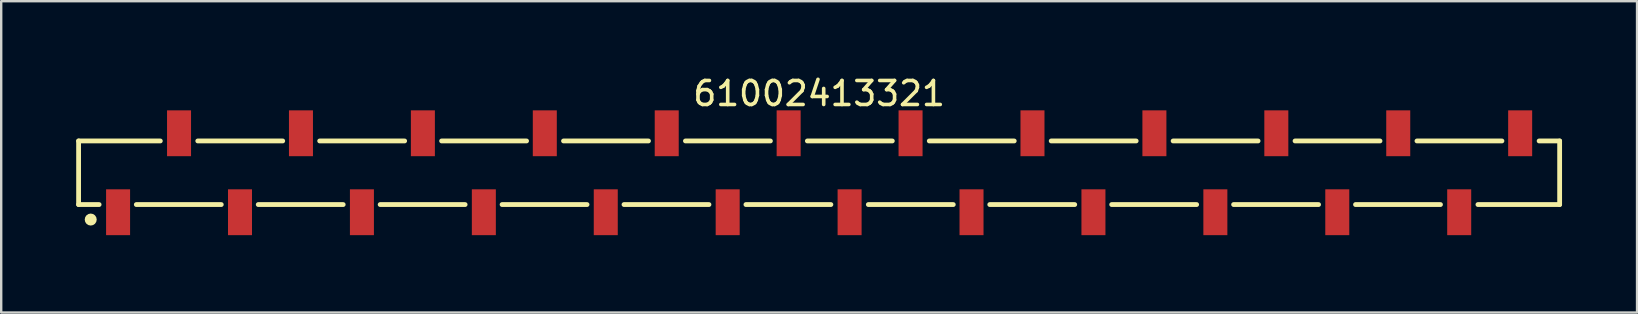
<source format=kicad_pcb>
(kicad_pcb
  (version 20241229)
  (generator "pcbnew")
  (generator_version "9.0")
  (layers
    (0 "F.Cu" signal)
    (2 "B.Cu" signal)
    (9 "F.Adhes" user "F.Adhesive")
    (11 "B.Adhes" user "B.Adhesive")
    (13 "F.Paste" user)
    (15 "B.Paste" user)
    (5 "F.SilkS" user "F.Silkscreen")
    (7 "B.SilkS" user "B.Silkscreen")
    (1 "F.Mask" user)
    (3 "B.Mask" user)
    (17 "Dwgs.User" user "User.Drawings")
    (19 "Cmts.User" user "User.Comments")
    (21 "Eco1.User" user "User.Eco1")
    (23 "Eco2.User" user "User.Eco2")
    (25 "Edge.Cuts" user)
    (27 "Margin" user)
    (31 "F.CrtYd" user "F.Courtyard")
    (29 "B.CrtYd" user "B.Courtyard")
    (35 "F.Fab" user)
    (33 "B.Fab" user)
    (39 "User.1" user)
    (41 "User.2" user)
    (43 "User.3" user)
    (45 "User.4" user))
  (footprint "61002413321"
    (layer "F.Cu")
    (at 31.08 4.148)
    (property "Reference" "61002413321" (at 0 -3.3 0) (layer "F.SilkS") (effects (font (size 1 1) (thickness 0.15))))
    (fp_line (start -30.855 -1.325) (end -27.45 -1.325) (stroke (width 0.2) (type solid)) (layer "F.SilkS"))
    (fp_line (start -30.855 1.325) (end -30.855 -1.325) (stroke (width 0.2) (type solid)) (layer "F.SilkS"))
    (fp_line (start -30.855 1.325) (end -30 1.325) (stroke (width 0.2) (type solid)) (layer "F.SilkS"))
    (fp_line (start -28.45 1.325) (end -24.91 1.325) (stroke (width 0.2) (type solid)) (layer "F.SilkS"))
    (fp_line (start -25.89 -1.325) (end -22.35 -1.325) (stroke (width 0.2) (type solid)) (layer "F.SilkS"))
    (fp_line (start -23.37 1.325) (end -19.83 1.325) (stroke (width 0.2) (type solid)) (layer "F.SilkS"))
    (fp_line (start -20.81 -1.325) (end -17.27 -1.325) (stroke (width 0.2) (type solid)) (layer "F.SilkS"))
    (fp_line (start -18.29 1.325) (end -14.75 1.325) (stroke (width 0.2) (type solid)) (layer "F.SilkS"))
    (fp_line (start -15.73 -1.325) (end -12.19 -1.325) (stroke (width 0.2) (type solid)) (layer "F.SilkS"))
    (fp_line (start -13.21 1.325) (end -9.67 1.325) (stroke (width 0.2) (type solid)) (layer "F.SilkS"))
    (fp_line (start -10.65 -1.325) (end -7.11 -1.325) (stroke (width 0.2) (type solid)) (layer "F.SilkS"))
    (fp_line (start -8.13 1.325) (end -4.59 1.325) (stroke (width 0.2) (type solid)) (layer "F.SilkS"))
    (fp_line (start -5.57 -1.325) (end -2.03 -1.325) (stroke (width 0.2) (type solid)) (layer "F.SilkS"))
    (fp_line (start -3.05 1.325) (end 0.49 1.325) (stroke (width 0.2) (type solid)) (layer "F.SilkS"))
    (fp_line (start -0.49 -1.325) (end 3.05 -1.325) (stroke (width 0.2) (type solid)) (layer "F.SilkS"))
    (fp_line (start 2.05 1.325) (end 5.59 1.325) (stroke (width 0.2) (type solid)) (layer "F.SilkS"))
    (fp_line (start 4.59 -1.325) (end 8.13 -1.325) (stroke (width 0.2) (type solid)) (layer "F.SilkS"))
    (fp_line (start 7.11 1.325) (end 10.65 1.325) (stroke (width 0.2) (type solid)) (layer "F.SilkS"))
    (fp_line (start 9.67 -1.325) (end 13.21 -1.325) (stroke (width 0.2) (type solid)) (layer "F.SilkS"))
    (fp_line (start 12.19 1.325) (end 15.73 1.325) (stroke (width 0.2) (type solid)) (layer "F.SilkS"))
    (fp_line (start 14.75 -1.325) (end 18.29 -1.325) (stroke (width 0.2) (type solid)) (layer "F.SilkS"))
    (fp_line (start 17.27 1.325) (end 20.81 1.325) (stroke (width 0.2) (type solid)) (layer "F.SilkS"))
    (fp_line (start 19.83 -1.325) (end 23.37 -1.325) (stroke (width 0.2) (type solid)) (layer "F.SilkS"))
    (fp_line (start 22.35 1.325) (end 25.89 1.325) (stroke (width 0.2) (type solid)) (layer "F.SilkS"))
    (fp_line (start 24.91 -1.325) (end 28.45 -1.325) (stroke (width 0.2) (type solid)) (layer "F.SilkS"))
    (fp_line (start 27.45 1.325) (end 30.855 1.325) (stroke (width 0.2) (type solid)) (layer "F.SilkS"))
    (fp_line (start 30 -1.325) (end 30.855 -1.325) (stroke (width 0.2) (type solid)) (layer "F.SilkS"))
    (fp_line (start 30.855 1.325) (end 30.855 -1.325) (stroke (width 0.2) (type solid)) (layer "F.SilkS"))
    (fp_circle (center -30.35 1.95) (end -30.35 1.825) (stroke (width 0.25) (type solid)) (fill no) (layer "F.SilkS"))
    (fp_line (start -31.055 -2.8) (end 31.055 -2.8) (stroke (width 0.05) (type solid)) (layer "Eco2.User"))
    (fp_line (start -31.055 2.8) (end -31.055 -2.8) (stroke (width 0.05) (type solid)) (layer "Eco2.User"))
    (fp_line (start -31.055 2.8) (end 31.055 2.8) (stroke (width 0.05) (type solid)) (layer "Eco2.User"))
    (fp_line (start -30.73 -1.25) (end 30.73 -1.25) (stroke (width 0.1) (type solid)) (layer "Eco2.User"))
    (fp_line (start -30.73 1.25) (end -30.73 -1.25) (stroke (width 0.1) (type solid)) (layer "Eco2.User"))
    (fp_line (start -30.73 1.25) (end 30.73 1.25) (stroke (width 0.1) (type solid)) (layer "Eco2.User"))
    (fp_line (start -29.46 2.025) (end -29.46 1.25) (stroke (width 0.1) (type solid)) (layer "Eco2.User"))
    (fp_line (start -29.46 2.025) (end -28.96 2.025) (stroke (width 0.1) (type solid)) (layer "Eco2.User"))
    (fp_line (start -28.96 2.025) (end -28.96 1.25) (stroke (width 0.1) (type solid)) (layer "Eco2.User"))
    (fp_line (start -26.92 -2.025) (end -26.42 -2.025) (stroke (width 0.1) (type solid)) (layer "Eco2.User"))
    (fp_line (start -26.92 -1.25) (end -26.92 -2.025) (stroke (width 0.1) (type solid)) (layer "Eco2.User"))
    (fp_line (start -26.42 -1.25) (end -26.42 -2.025) (stroke (width 0.1) (type solid)) (layer "Eco2.User"))
    (fp_line (start -24.38 2.025) (end -24.38 1.25) (stroke (width 0.1) (type solid)) (layer "Eco2.User"))
    (fp_line (start -24.38 2.025) (end -23.88 2.025) (stroke (width 0.1) (type solid)) (layer "Eco2.User"))
    (fp_line (start -23.88 2.025) (end -23.88 1.25) (stroke (width 0.1) (type solid)) (layer "Eco2.User"))
    (fp_line (start -21.84 -2.025) (end -21.34 -2.025) (stroke (width 0.1) (type solid)) (layer "Eco2.User"))
    (fp_line (start -21.84 -1.25) (end -21.84 -2.025) (stroke (width 0.1) (type solid)) (layer "Eco2.User"))
    (fp_line (start -21.34 -1.25) (end -21.34 -2.025) (stroke (width 0.1) (type solid)) (layer "Eco2.User"))
    (fp_line (start -19.3 2.025) (end -19.3 1.25) (stroke (width 0.1) (type solid)) (layer "Eco2.User"))
    (fp_line (start -19.3 2.025) (end -18.8 2.025) (stroke (width 0.1) (type solid)) (layer "Eco2.User"))
    (fp_line (start -18.8 2.025) (end -18.8 1.25) (stroke (width 0.1) (type solid)) (layer "Eco2.User"))
    (fp_line (start -16.76 -2.025) (end -16.26 -2.025) (stroke (width 0.1) (type solid)) (layer "Eco2.User"))
    (fp_line (start -16.76 -1.25) (end -16.76 -2.025) (stroke (width 0.1) (type solid)) (layer "Eco2.User"))
    (fp_line (start -16.26 -1.25) (end -16.26 -2.025) (stroke (width 0.1) (type solid)) (layer "Eco2.User"))
    (fp_line (start -14.22 2.025) (end -14.22 1.25) (stroke (width 0.1) (type solid)) (layer "Eco2.User"))
    (fp_line (start -14.22 2.025) (end -13.72 2.025) (stroke (width 0.1) (type solid)) (layer "Eco2.User"))
    (fp_line (start -13.72 2.025) (end -13.72 1.25) (stroke (width 0.1) (type solid)) (layer "Eco2.User"))
    (fp_line (start -11.68 -2.025) (end -11.18 -2.025) (stroke (width 0.1) (type solid)) (layer "Eco2.User"))
    (fp_line (start -11.68 -1.25) (end -11.68 -2.025) (stroke (width 0.1) (type solid)) (layer "Eco2.User"))
    (fp_line (start -11.18 -1.25) (end -11.18 -2.025) (stroke (width 0.1) (type solid)) (layer "Eco2.User"))
    (fp_line (start -9.14 2.025) (end -9.14 1.25) (stroke (width 0.1) (type solid)) (layer "Eco2.User"))
    (fp_line (start -9.14 2.025) (end -8.64 2.025) (stroke (width 0.1) (type solid)) (layer "Eco2.User"))
    (fp_line (start -8.64 2.025) (end -8.64 1.25) (stroke (width 0.1) (type solid)) (layer "Eco2.User"))
    (fp_line (start -6.6 -2.025) (end -6.1 -2.025) (stroke (width 0.1) (type solid)) (layer "Eco2.User"))
    (fp_line (start -6.6 -1.25) (end -6.6 -2.025) (stroke (width 0.1) (type solid)) (layer "Eco2.User"))
    (fp_line (start -6.1 -1.25) (end -6.1 -2.025) (stroke (width 0.1) (type solid)) (layer "Eco2.User"))
    (fp_line (start -4.06 2.025) (end -4.06 1.25) (stroke (width 0.1) (type solid)) (layer "Eco2.User"))
    (fp_line (start -4.06 2.025) (end -3.56 2.025) (stroke (width 0.1) (type solid)) (layer "Eco2.User"))
    (fp_line (start -3.56 2.025) (end -3.56 1.25) (stroke (width 0.1) (type solid)) (layer "Eco2.User"))
    (fp_line (start -1.52 -2.025) (end -1.02 -2.025) (stroke (width 0.1) (type solid)) (layer "Eco2.User"))
    (fp_line (start -1.52 -1.25) (end -1.52 -2.025) (stroke (width 0.1) (type solid)) (layer "Eco2.User"))
    (fp_line (start -1.02 -1.25) (end -1.02 -2.025) (stroke (width 0.1) (type solid)) (layer "Eco2.User"))
    (fp_line (start -0.5 0) (end 0.5 0) (stroke (width 0.05) (type solid)) (layer "Eco2.User"))
    (fp_line (start 0 0.5) (end 0 -0.5) (stroke (width 0.05) (type solid)) (layer "Eco2.User"))
    (fp_line (start 1.02 2.025) (end 1.02 1.25) (stroke (width 0.1) (type solid)) (layer "Eco2.User"))
    (fp_line (start 1.02 2.025) (end 1.52 2.025) (stroke (width 0.1) (type solid)) (layer "Eco2.User"))
    (fp_line (start 1.52 2.025) (end 1.52 1.25) (stroke (width 0.1) (type solid)) (layer "Eco2.User"))
    (fp_line (start 3.56 -2.025) (end 4.06 -2.025) (stroke (width 0.1) (type solid)) (layer "Eco2.User"))
    (fp_line (start 3.56 -1.25) (end 3.56 -2.025) (stroke (width 0.1) (type solid)) (layer "Eco2.User"))
    (fp_line (start 4.06 -1.25) (end 4.06 -2.025) (stroke (width 0.1) (type solid)) (layer "Eco2.User"))
    (fp_line (start 6.1 2.025) (end 6.1 1.25) (stroke (width 0.1) (type solid)) (layer "Eco2.User"))
    (fp_line (start 6.1 2.025) (end 6.6 2.025) (stroke (width 0.1) (type solid)) (layer "Eco2.User"))
    (fp_line (start 6.6 2.025) (end 6.6 1.25) (stroke (width 0.1) (type solid)) (layer "Eco2.User"))
    (fp_line (start 8.64 -2.025) (end 9.14 -2.025) (stroke (width 0.1) (type solid)) (layer "Eco2.User"))
    (fp_line (start 8.64 -1.25) (end 8.64 -2.025) (stroke (width 0.1) (type solid)) (layer "Eco2.User"))
    (fp_line (start 9.14 -1.25) (end 9.14 -2.025) (stroke (width 0.1) (type solid)) (layer "Eco2.User"))
    (fp_line (start 11.18 2.025) (end 11.18 1.25) (stroke (width 0.1) (type solid)) (layer "Eco2.User"))
    (fp_line (start 11.18 2.025) (end 11.68 2.025) (stroke (width 0.1) (type solid)) (layer "Eco2.User"))
    (fp_line (start 11.68 2.025) (end 11.68 1.25) (stroke (width 0.1) (type solid)) (layer "Eco2.User"))
    (fp_line (start 13.72 -2.025) (end 14.22 -2.025) (stroke (width 0.1) (type solid)) (layer "Eco2.User"))
    (fp_line (start 13.72 -1.25) (end 13.72 -2.025) (stroke (width 0.1) (type solid)) (layer "Eco2.User"))
    (fp_line (start 14.22 -1.25) (end 14.22 -2.025) (stroke (width 0.1) (type solid)) (layer "Eco2.User"))
    (fp_line (start 16.26 2.025) (end 16.26 1.25) (stroke (width 0.1) (type solid)) (layer "Eco2.User"))
    (fp_line (start 16.26 2.025) (end 16.76 2.025) (stroke (width 0.1) (type solid)) (layer "Eco2.User"))
    (fp_line (start 16.76 2.025) (end 16.76 1.25) (stroke (width 0.1) (type solid)) (layer "Eco2.User"))
    (fp_line (start 18.8 -2.025) (end 19.3 -2.025) (stroke (width 0.1) (type solid)) (layer "Eco2.User"))
    (fp_line (start 18.8 -1.25) (end 18.8 -2.025) (stroke (width 0.1) (type solid)) (layer "Eco2.User"))
    (fp_line (start 19.3 -1.25) (end 19.3 -2.025) (stroke (width 0.1) (type solid)) (layer "Eco2.User"))
    (fp_line (start 21.34 2.025) (end 21.34 1.25) (stroke (width 0.1) (type solid)) (layer "Eco2.User"))
    (fp_line (start 21.34 2.025) (end 21.84 2.025) (stroke (width 0.1) (type solid)) (layer "Eco2.User"))
    (fp_line (start 21.84 2.025) (end 21.84 1.25) (stroke (width 0.1) (type solid)) (layer "Eco2.User"))
    (fp_line (start 23.88 -2.025) (end 24.38 -2.025) (stroke (width 0.1) (type solid)) (layer "Eco2.User"))
    (fp_line (start 23.88 -1.25) (end 23.88 -2.025) (stroke (width 0.1) (type solid)) (layer "Eco2.User"))
    (fp_line (start 24.38 -1.25) (end 24.38 -2.025) (stroke (width 0.1) (type solid)) (layer "Eco2.User"))
    (fp_line (start 26.42 2.025) (end 26.42 1.25) (stroke (width 0.1) (type solid)) (layer "Eco2.User"))
    (fp_line (start 26.42 2.025) (end 26.92 2.025) (stroke (width 0.1) (type solid)) (layer "Eco2.User"))
    (fp_line (start 26.92 2.025) (end 26.92 1.25) (stroke (width 0.1) (type solid)) (layer "Eco2.User"))
    (fp_line (start 28.96 -2.025) (end 29.46 -2.025) (stroke (width 0.1) (type solid)) (layer "Eco2.User"))
    (fp_line (start 28.96 -1.25) (end 28.96 -2.025) (stroke (width 0.1) (type solid)) (layer "Eco2.User"))
    (fp_line (start 29.46 -1.25) (end 29.46 -2.025) (stroke (width 0.1) (type solid)) (layer "Eco2.User"))
    (fp_line (start 30.73 1.25) (end 30.73 -1.25) (stroke (width 0.1) (type solid)) (layer "Eco2.User"))
    (fp_line (start 31.055 2.8) (end 31.055 -2.8) (stroke (width 0.05) (type solid)) (layer "Eco2.User"))
    (fp_text user "${REFERENCE}" (at 0.15 -0.197 0) (unlocked yes) (layer "User.3") (effects (font (size 1.5 1.5) (thickness 0.15))))
    (pad "1" smd rect (at -29.21 1.645 180) (size 1 1.91) (layers "F.Cu" "F.Mask" "F.Paste"))
    (pad "2" smd rect (at -26.67 -1.645 180) (size 1 1.91) (layers "F.Cu" "F.Mask" "F.Paste"))
    (pad "3" smd rect (at -24.13 1.645 180) (size 1 1.91) (layers "F.Cu" "F.Mask" "F.Paste"))
    (pad "4" smd rect (at -21.59 -1.645 180) (size 1 1.91) (layers "F.Cu" "F.Mask" "F.Paste"))
    (pad "5" smd rect (at -19.05 1.645 180) (size 1 1.91) (layers "F.Cu" "F.Mask" "F.Paste"))
    (pad "6" smd rect (at -16.51 -1.645 180) (size 1 1.91) (layers "F.Cu" "F.Mask" "F.Paste"))
    (pad "7" smd rect (at -13.97 1.645 180) (size 1 1.91) (layers "F.Cu" "F.Mask" "F.Paste"))
    (pad "8" smd rect (at -11.43 -1.645 180) (size 1 1.91) (layers "F.Cu" "F.Mask" "F.Paste"))
    (pad "9" smd rect (at -8.89 1.645 180) (size 1 1.91) (layers "F.Cu" "F.Mask" "F.Paste"))
    (pad "10" smd rect (at -6.35 -1.645 180) (size 1 1.91) (layers "F.Cu" "F.Mask" "F.Paste"))
    (pad "11" smd rect (at -3.81 1.645 180) (size 1 1.91) (layers "F.Cu" "F.Mask" "F.Paste"))
    (pad "12" smd rect (at -1.27 -1.645 180) (size 1 1.91) (layers "F.Cu" "F.Mask" "F.Paste"))
    (pad "13" smd rect (at 1.27 1.645 180) (size 1 1.91) (layers "F.Cu" "F.Mask" "F.Paste"))
    (pad "14" smd rect (at 3.81 -1.645 180) (size 1 1.91) (layers "F.Cu" "F.Mask" "F.Paste"))
    (pad "15" smd rect (at 6.35 1.645 180) (size 1 1.91) (layers "F.Cu" "F.Mask" "F.Paste"))
    (pad "16" smd rect (at 8.89 -1.645 180) (size 1 1.91) (layers "F.Cu" "F.Mask" "F.Paste"))
    (pad "17" smd rect (at 11.43 1.645 180) (size 1 1.91) (layers "F.Cu" "F.Mask" "F.Paste"))
    (pad "18" smd rect (at 13.97 -1.645 180) (size 1 1.91) (layers "F.Cu" "F.Mask" "F.Paste"))
    (pad "19" smd rect (at 16.51 1.645 180) (size 1 1.91) (layers "F.Cu" "F.Mask" "F.Paste"))
    (pad "20" smd rect (at 19.05 -1.645 180) (size 1 1.91) (layers "F.Cu" "F.Mask" "F.Paste"))
    (pad "21" smd rect (at 21.59 1.645 180) (size 1 1.91) (layers "F.Cu" "F.Mask" "F.Paste"))
    (pad "22" smd rect (at 24.13 -1.645 180) (size 1 1.91) (layers "F.Cu" "F.Mask" "F.Paste"))
    (pad "23" smd rect (at 26.67 1.645 180) (size 1 1.91) (layers "F.Cu" "F.Mask" "F.Paste"))
    (pad "24" smd rect (at 29.21 -1.645 180) (size 1 1.91) (layers "F.Cu" "F.Mask" "F.Paste")))
  (gr_rect
    (start -3 -3)
    (end 65.16 9.973)
    (stroke (width 0.1) (type default))
    (fill no)
    (layer "Edge.Cuts")))
</source>
